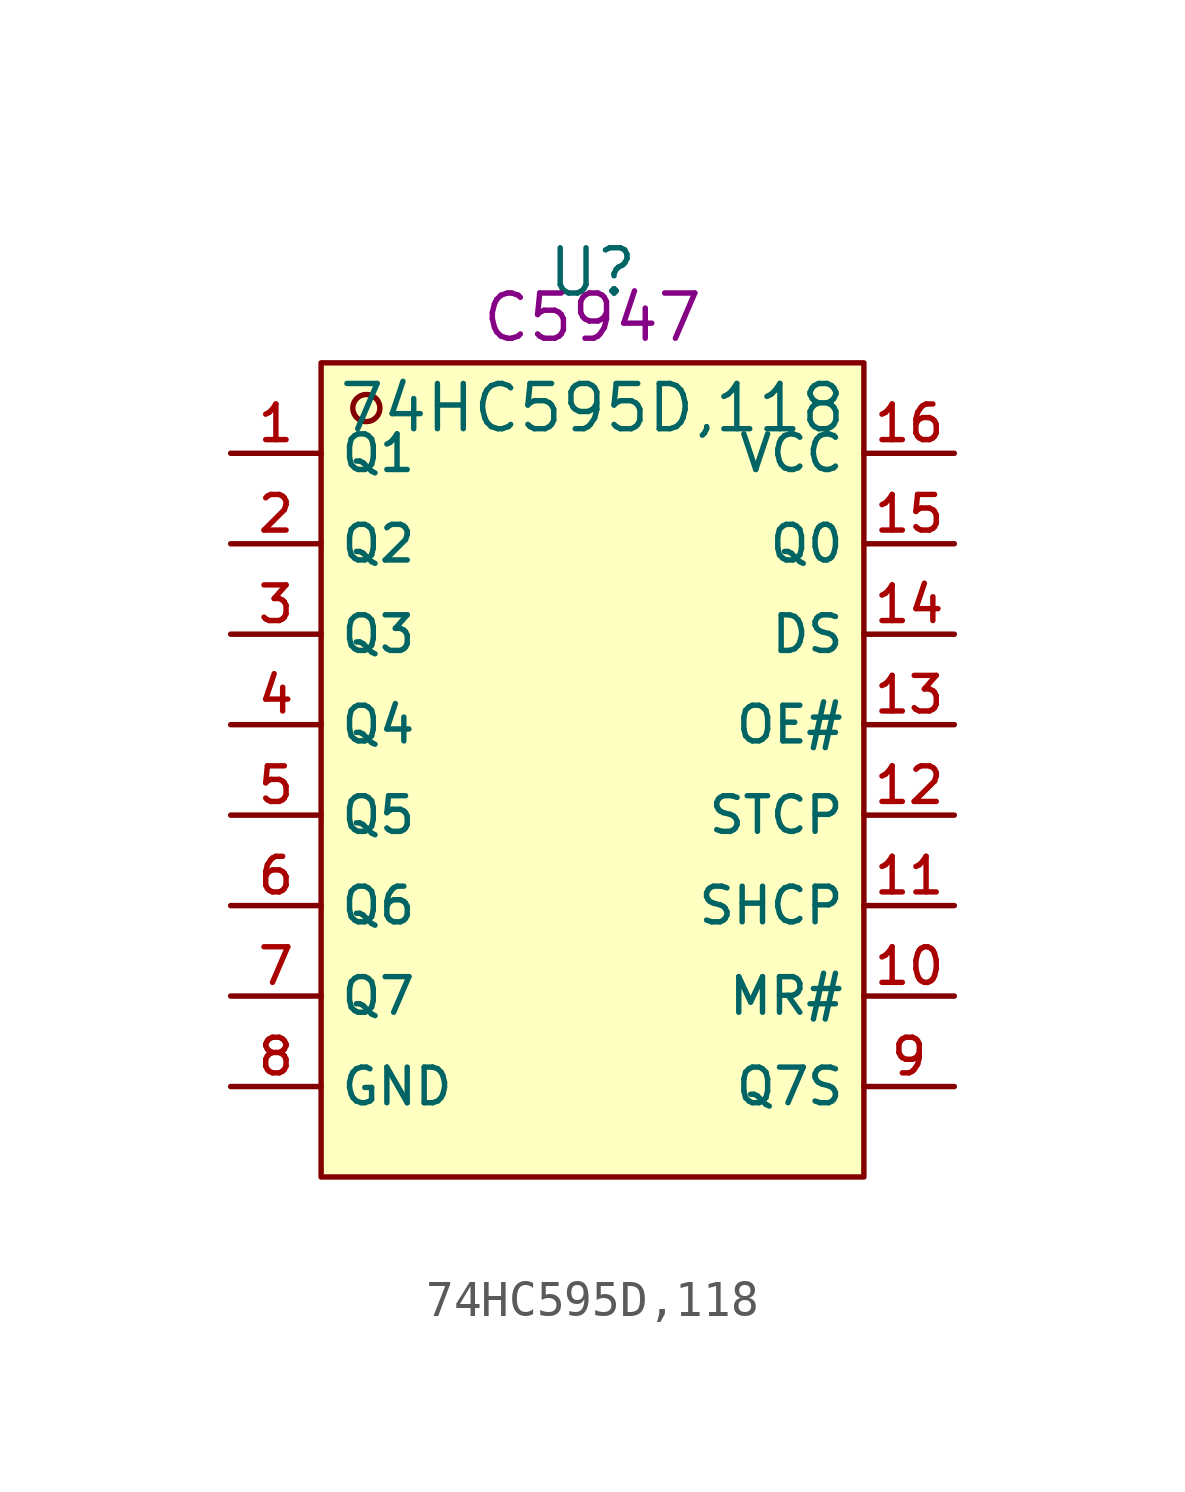
<source format=kicad_sym>
(kicad_symbol_lib
  (version 20210201)
  (generator TousstNicolas/JLC2KiCad_lib)
  (symbol "74HC595D,118"
    (property "Reference" "U"
      (at 0 1.27 0)
      (effects (font (size 1.27 1.27))))
    (property "Value" "74HC595D,118"
      (at 0 -2.54 0)
      (effects (font (size 1.27 1.27))))
    (property "LCSC" "C5947"
      (at 0 0 0)
      (effects (font (size 1.27 1.27))))
    (symbol "74HC595D,118_0_0"
      (rectangle (start -7.62 -1.27) (end 7.62 -24.13) (stroke (width 0) (type default) (color 0 0 0 0)) (fill (type background)))
      (circle (center -6.35 -2.54) (radius 0.381) (stroke (width 0) (type default) (color 0 0 0 0)) (fill (type background)))
      (pin unspecified line (at -10.16 -3.81 0) (length 2.54) (name "Q1" (effects (font (size 1 1)))) (number "1" (effects (font (size 1 1)))))
      (pin unspecified line (at -10.16 -6.35 0) (length 2.54) (name "Q2" (effects (font (size 1 1)))) (number "2" (effects (font (size 1 1)))))
      (pin unspecified line (at -10.16 -8.89 0) (length 2.54) (name "Q3" (effects (font (size 1 1)))) (number "3" (effects (font (size 1 1)))))
      (pin unspecified line (at -10.16 -11.43 0) (length 2.54) (name "Q4" (effects (font (size 1 1)))) (number "4" (effects (font (size 1 1)))))
      (pin unspecified line (at -10.16 -13.97 0) (length 2.54) (name "Q5" (effects (font (size 1 1)))) (number "5" (effects (font (size 1 1)))))
      (pin unspecified line (at -10.16 -16.51 0) (length 2.54) (name "Q6" (effects (font (size 1 1)))) (number "6" (effects (font (size 1 1)))))
      (pin unspecified line (at -10.16 -19.05 0) (length 2.54) (name "Q7" (effects (font (size 1 1)))) (number "7" (effects (font (size 1 1)))))
      (pin unspecified line (at -10.16 -21.59 0) (length 2.54) (name "GND" (effects (font (size 1 1)))) (number "8" (effects (font (size 1 1)))))
      (pin unspecified line (at 10.16 -21.59 180) (length 2.54) (name "Q7S" (effects (font (size 1 1)))) (number "9" (effects (font (size 1 1)))))
      (pin unspecified line (at 10.16 -19.05 180) (length 2.54) (name "MR#" (effects (font (size 1 1)))) (number "10" (effects (font (size 1 1)))))
      (pin unspecified line (at 10.16 -16.51 180) (length 2.54) (name "SHCP" (effects (font (size 1 1)))) (number "11" (effects (font (size 1 1)))))
      (pin unspecified line (at 10.16 -13.97 180) (length 2.54) (name "STCP" (effects (font (size 1 1)))) (number "12" (effects (font (size 1 1)))))
      (pin unspecified line (at 10.16 -11.43 180) (length 2.54) (name "OE#" (effects (font (size 1 1)))) (number "13" (effects (font (size 1 1)))))
      (pin unspecified line (at 10.16 -8.89 180) (length 2.54) (name "DS" (effects (font (size 1 1)))) (number "14" (effects (font (size 1 1)))))
      (pin unspecified line (at 10.16 -6.35 180) (length 2.54) (name "Q0" (effects (font (size 1 1)))) (number "15" (effects (font (size 1 1)))))
      (pin unspecified line (at 10.16 -3.81 180) (length 2.54) (name "VCC" (effects (font (size 1 1)))) (number "16" (effects (font (size 1 1))))))))
</source>
